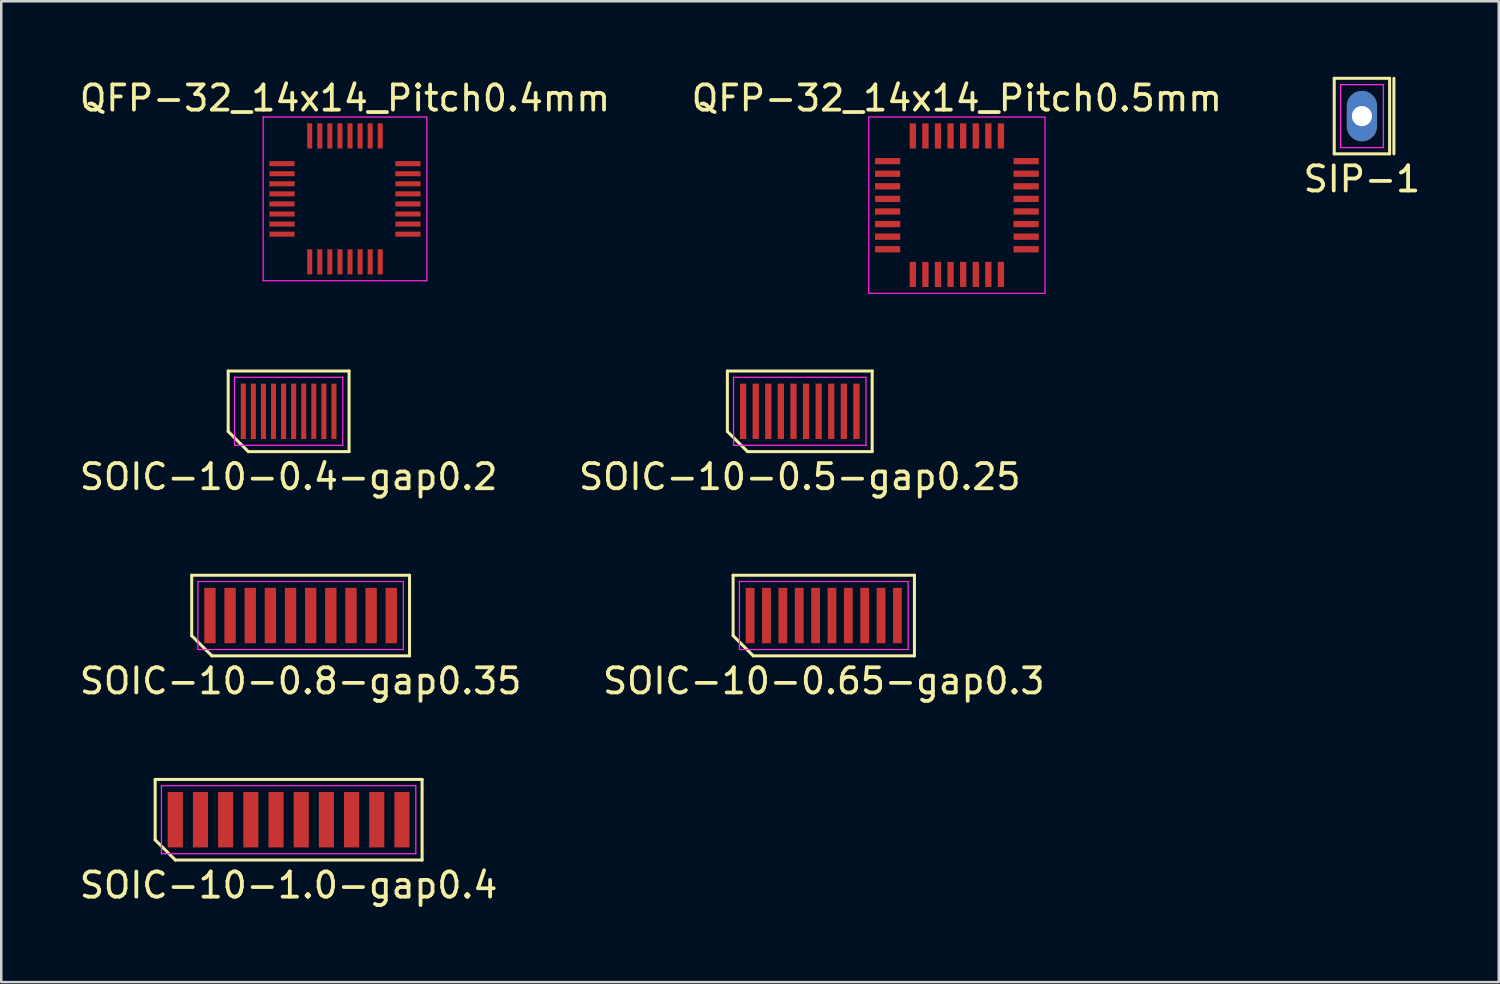
<source format=kicad_pcb>
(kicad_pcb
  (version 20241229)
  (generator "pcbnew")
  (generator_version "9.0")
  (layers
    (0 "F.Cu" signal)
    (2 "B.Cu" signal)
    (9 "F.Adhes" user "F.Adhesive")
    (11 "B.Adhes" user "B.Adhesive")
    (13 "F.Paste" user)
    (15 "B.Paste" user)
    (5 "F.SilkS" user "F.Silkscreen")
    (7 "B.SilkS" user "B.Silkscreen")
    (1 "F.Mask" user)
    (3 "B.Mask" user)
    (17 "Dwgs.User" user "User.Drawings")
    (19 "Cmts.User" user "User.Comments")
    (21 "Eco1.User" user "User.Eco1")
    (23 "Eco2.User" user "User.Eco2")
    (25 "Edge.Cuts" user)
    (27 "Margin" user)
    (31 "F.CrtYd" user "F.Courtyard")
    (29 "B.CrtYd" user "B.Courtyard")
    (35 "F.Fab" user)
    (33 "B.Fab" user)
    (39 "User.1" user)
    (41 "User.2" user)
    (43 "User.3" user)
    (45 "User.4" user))
  (footprint "SOIC-10-0.8-gap0.35"
    (layer "F.Cu")
    (at 8.887 21.392)
    (property "Reference" "SOIC-10-0.8-gap0.35" (at 0 2.6 0) (layer "F.SilkS") (effects (font (size 1 1) (thickness 0.15))))
    (attr smd)
    (fp_line (start -4.325 -1.6) (end 4.325 -1.6) (stroke (width 0.12) (type solid)) (layer "F.SilkS"))
    (fp_line (start -4.325 0.8) (end -4.325 -1.6) (stroke (width 0.12) (type solid)) (layer "F.SilkS"))
    (fp_line (start -3.525 1.6) (end -4.325 0.8) (stroke (width 0.12) (type solid)) (layer "F.SilkS"))
    (fp_line (start 4.325 -1.6) (end 4.325 1.6) (stroke (width 0.12) (type solid)) (layer "F.SilkS"))
    (fp_line (start 4.325 1.6) (end -3.525 1.6) (stroke (width 0.12) (type solid)) (layer "F.SilkS"))
    (fp_line (start -4.08 -1.35) (end 4.08 -1.35) (stroke (width 0.05) (type solid)) (layer "F.CrtYd"))
    (fp_line (start -4.08 1.35) (end -4.08 -1.35) (stroke (width 0.05) (type solid)) (layer "F.CrtYd"))
    (fp_line (start 4.08 -1.35) (end 4.08 1.35) (stroke (width 0.05) (type solid)) (layer "F.CrtYd"))
    (fp_line (start 4.08 1.35) (end -4.08 1.35) (stroke (width 0.05) (type solid)) (layer "F.CrtYd"))
    (pad "1" smd rect (at -3.6 0) (size 0.45 2.2) (layers "F.Cu" "F.Mask" "F.Paste"))
    (pad "2" smd rect (at -2.8 0) (size 0.45 2.2) (layers "F.Cu" "F.Mask" "F.Paste"))
    (pad "3" smd rect (at -2 0) (size 0.45 2.2) (layers "F.Cu" "F.Mask" "F.Paste"))
    (pad "4" smd rect (at -1.2 0) (size 0.45 2.2) (layers "F.Cu" "F.Mask" "F.Paste"))
    (pad "5" smd rect (at -0.4 0) (size 0.45 2.2) (layers "F.Cu" "F.Mask" "F.Paste"))
    (pad "6" smd rect (at 0.4 0) (size 0.45 2.2) (layers "F.Cu" "F.Mask" "F.Paste"))
    (pad "7" smd rect (at 1.2 0) (size 0.45 2.2) (layers "F.Cu" "F.Mask" "F.Paste"))
    (pad "8" smd rect (at 2 0) (size 0.45 2.2) (layers "F.Cu" "F.Mask" "F.Paste"))
    (pad "9" smd rect (at 2.8 0) (size 0.45 2.2) (layers "F.Cu" "F.Mask" "F.Paste"))
    (pad "10" smd rect (at 3.6 0) (size 0.45 2.2) (layers "F.Cu" "F.Mask" "F.Paste")))
  (footprint "SOIC-10-0.5-gap0.25"
    (layer "F.Cu")
    (at 28.708 13.283)
    (property "Reference" "SOIC-10-0.5-gap0.25" (at 0 2.6 0) (layer "F.SilkS") (effects (font (size 1 1) (thickness 0.15))))
    (attr smd)
    (fp_line (start -2.875 -1.6) (end 2.875 -1.6) (stroke (width 0.12) (type solid)) (layer "F.SilkS"))
    (fp_line (start -2.875 0.8) (end -2.875 -1.6) (stroke (width 0.12) (type solid)) (layer "F.SilkS"))
    (fp_line (start -2.075 1.6) (end -2.875 0.8) (stroke (width 0.12) (type solid)) (layer "F.SilkS"))
    (fp_line (start 2.875 -1.6) (end 2.875 1.6) (stroke (width 0.12) (type solid)) (layer "F.SilkS"))
    (fp_line (start 2.875 1.6) (end -2.075 1.6) (stroke (width 0.12) (type solid)) (layer "F.SilkS"))
    (fp_line (start -2.63 -1.35) (end 2.63 -1.35) (stroke (width 0.05) (type solid)) (layer "F.CrtYd"))
    (fp_line (start -2.63 1.35) (end -2.63 -1.35) (stroke (width 0.05) (type solid)) (layer "F.CrtYd"))
    (fp_line (start 2.63 -1.35) (end 2.63 1.35) (stroke (width 0.05) (type solid)) (layer "F.CrtYd"))
    (fp_line (start 2.63 1.35) (end -2.63 1.35) (stroke (width 0.05) (type solid)) (layer "F.CrtYd"))
    (pad "1" smd rect (at -2.25 0) (size 0.25 2.2) (layers "F.Cu" "F.Mask" "F.Paste"))
    (pad "2" smd rect (at -1.75 0) (size 0.25 2.2) (layers "F.Cu" "F.Mask" "F.Paste"))
    (pad "3" smd rect (at -1.25 0) (size 0.25 2.2) (layers "F.Cu" "F.Mask" "F.Paste"))
    (pad "4" smd rect (at -0.75 0) (size 0.25 2.2) (layers "F.Cu" "F.Mask" "F.Paste"))
    (pad "5" smd rect (at -0.25 0) (size 0.25 2.2) (layers "F.Cu" "F.Mask" "F.Paste"))
    (pad "6" smd rect (at 0.25 0) (size 0.25 2.2) (layers "F.Cu" "F.Mask" "F.Paste"))
    (pad "7" smd rect (at 0.75 0) (size 0.25 2.2) (layers "F.Cu" "F.Mask" "F.Paste"))
    (pad "8" smd rect (at 1.25 0) (size 0.25 2.2) (layers "F.Cu" "F.Mask" "F.Paste"))
    (pad "9" smd rect (at 1.75 0) (size 0.25 2.2) (layers "F.Cu" "F.Mask" "F.Paste"))
    (pad "10" smd rect (at 2.25 0) (size 0.25 2.2) (layers "F.Cu" "F.Mask" "F.Paste")))
  (footprint "QFP-32_14x14_Pitch0.5mm"
    (layer "F.Cu")
    (at 34.946 5.098)
    (property "Reference" "QFP-32_14x14_Pitch0.5mm" (at 0 -4.25 0) (layer "F.SilkS") (effects (font (size 1 1) (thickness 0.15))))
    (attr smd)
    (fp_line (start -3.5 -3.5) (end 3.5 -3.5) (stroke (width 0.05) (type solid)) (layer "F.CrtYd"))
    (fp_line (start -3.5 3.5) (end -3.5 -3.5) (stroke (width 0.05) (type solid)) (layer "F.CrtYd"))
    (fp_line (start 3.5 -3.5) (end 3.5 3.5) (stroke (width 0.05) (type solid)) (layer "F.CrtYd"))
    (fp_line (start 3.5 3.5) (end -3.5 3.5) (stroke (width 0.05) (type solid)) (layer "F.CrtYd"))
    (pad "1" smd rect (at -2.75 -1.75 90) (size 0.25 1) (layers "F.Cu" "F.Mask" "F.Paste"))
    (pad "2" smd rect (at -2.75 -1.25 90) (size 0.25 1) (layers "F.Cu" "F.Mask" "F.Paste"))
    (pad "3" smd rect (at -2.75 -0.75 90) (size 0.25 1) (layers "F.Cu" "F.Mask" "F.Paste"))
    (pad "4" smd rect (at -2.75 -0.25 90) (size 0.25 1) (layers "F.Cu" "F.Mask" "F.Paste"))
    (pad "5" smd rect (at -2.75 0.25 90) (size 0.25 1) (layers "F.Cu" "F.Mask" "F.Paste"))
    (pad "6" smd rect (at -2.75 0.75 90) (size 0.25 1) (layers "F.Cu" "F.Mask" "F.Paste"))
    (pad "7" smd rect (at -2.75 1.25 90) (size 0.25 1) (layers "F.Cu" "F.Mask" "F.Paste"))
    (pad "8" smd rect (at -2.75 1.75 90) (size 0.25 1) (layers "F.Cu" "F.Mask" "F.Paste"))
    (pad "9" smd rect (at -1.75 2.75) (size 0.25 1) (layers "F.Cu" "F.Mask" "F.Paste"))
    (pad "10" smd rect (at -1.25 2.75) (size 0.25 1) (layers "F.Cu" "F.Mask" "F.Paste"))
    (pad "11" smd rect (at -0.75 2.75) (size 0.25 1) (layers "F.Cu" "F.Mask" "F.Paste"))
    (pad "12" smd rect (at -0.25 2.75) (size 0.25 1) (layers "F.Cu" "F.Mask" "F.Paste"))
    (pad "13" smd rect (at 0.25 2.75) (size 0.25 1) (layers "F.Cu" "F.Mask" "F.Paste"))
    (pad "14" smd rect (at 0.75 2.75) (size 0.25 1) (layers "F.Cu" "F.Mask" "F.Paste"))
    (pad "15" smd rect (at 1.25 2.75) (size 0.25 1) (layers "F.Cu" "F.Mask" "F.Paste"))
    (pad "16" smd rect (at 1.75 2.75) (size 0.25 1) (layers "F.Cu" "F.Mask" "F.Paste"))
    (pad "17" smd rect (at 2.75 1.75 90) (size 0.25 1) (layers "F.Cu" "F.Mask" "F.Paste"))
    (pad "18" smd rect (at 2.75 1.25 90) (size 0.25 1) (layers "F.Cu" "F.Mask" "F.Paste"))
    (pad "19" smd rect (at 2.75 0.75 90) (size 0.25 1) (layers "F.Cu" "F.Mask" "F.Paste"))
    (pad "20" smd rect (at 2.75 0.25 90) (size 0.25 1) (layers "F.Cu" "F.Mask" "F.Paste"))
    (pad "21" smd rect (at 2.75 -0.25 90) (size 0.25 1) (layers "F.Cu" "F.Mask" "F.Paste"))
    (pad "22" smd rect (at 2.75 -0.75 90) (size 0.25 1) (layers "F.Cu" "F.Mask" "F.Paste"))
    (pad "23" smd rect (at 2.75 -1.25 90) (size 0.25 1) (layers "F.Cu" "F.Mask" "F.Paste"))
    (pad "24" smd rect (at 2.75 -1.75 90) (size 0.25 1) (layers "F.Cu" "F.Mask" "F.Paste"))
    (pad "25" smd rect (at 1.75 -2.75) (size 0.25 1) (layers "F.Cu" "F.Mask" "F.Paste"))
    (pad "26" smd rect (at 1.25 -2.75) (size 0.25 1) (layers "F.Cu" "F.Mask" "F.Paste"))
    (pad "27" smd rect (at 0.75 -2.75) (size 0.25 1) (layers "F.Cu" "F.Mask" "F.Paste"))
    (pad "28" smd rect (at 0.25 -2.75) (size 0.25 1) (layers "F.Cu" "F.Mask" "F.Paste"))
    (pad "29" smd rect (at -0.25 -2.75) (size 0.25 1) (layers "F.Cu" "F.Mask" "F.Paste"))
    (pad "30" smd rect (at -0.75 -2.75) (size 0.25 1) (layers "F.Cu" "F.Mask" "F.Paste"))
    (pad "31" smd rect (at -1.25 -2.75) (size 0.25 1) (layers "F.Cu" "F.Mask" "F.Paste"))
    (pad "32" smd rect (at -1.75 -2.75) (size 0.25 1) (layers "F.Cu" "F.Mask" "F.Paste")))
  (footprint "QFP-32_14x14_Pitch0.4mm"
    (layer "F.Cu")
    (at 10.649 4.848)
    (property "Reference" "QFP-32_14x14_Pitch0.4mm" (at 0 -4 0) (layer "F.SilkS") (effects (font (size 1 1) (thickness 0.15))))
    (attr smd)
    (fp_line (start -3.25 -3.25) (end 3.25 -3.25) (stroke (width 0.05) (type solid)) (layer "F.CrtYd"))
    (fp_line (start -3.25 3.25) (end -3.25 -3.25) (stroke (width 0.05) (type solid)) (layer "F.CrtYd"))
    (fp_line (start 3.25 -3.25) (end 3.25 3.25) (stroke (width 0.05) (type solid)) (layer "F.CrtYd"))
    (fp_line (start 3.25 3.25) (end -3.25 3.25) (stroke (width 0.05) (type solid)) (layer "F.CrtYd"))
    (pad "1" smd rect (at -2.5 -1.4 90) (size 0.2 1) (layers "F.Cu" "F.Mask" "F.Paste"))
    (pad "2" smd rect (at -2.5 -1 90) (size 0.2 1) (layers "F.Cu" "F.Mask" "F.Paste"))
    (pad "3" smd rect (at -2.5 -0.6 90) (size 0.2 1) (layers "F.Cu" "F.Mask" "F.Paste"))
    (pad "4" smd rect (at -2.5 -0.2 90) (size 0.2 1) (layers "F.Cu" "F.Mask" "F.Paste"))
    (pad "5" smd rect (at -2.5 0.2 90) (size 0.2 1) (layers "F.Cu" "F.Mask" "F.Paste"))
    (pad "6" smd rect (at -2.5 0.6 90) (size 0.2 1) (layers "F.Cu" "F.Mask" "F.Paste"))
    (pad "7" smd rect (at -2.5 1 90) (size 0.2 1) (layers "F.Cu" "F.Mask" "F.Paste"))
    (pad "8" smd rect (at -2.5 1.4 90) (size 0.2 1) (layers "F.Cu" "F.Mask" "F.Paste"))
    (pad "9" smd rect (at -1.4 2.5) (size 0.2 1) (layers "F.Cu" "F.Mask" "F.Paste"))
    (pad "10" smd rect (at -1 2.5) (size 0.2 1) (layers "F.Cu" "F.Mask" "F.Paste"))
    (pad "11" smd rect (at -0.6 2.5) (size 0.2 1) (layers "F.Cu" "F.Mask" "F.Paste"))
    (pad "12" smd rect (at -0.2 2.5) (size 0.2 1) (layers "F.Cu" "F.Mask" "F.Paste"))
    (pad "13" smd rect (at 0.2 2.5) (size 0.2 1) (layers "F.Cu" "F.Mask" "F.Paste"))
    (pad "14" smd rect (at 0.6 2.5) (size 0.2 1) (layers "F.Cu" "F.Mask" "F.Paste"))
    (pad "15" smd rect (at 1 2.5) (size 0.2 1) (layers "F.Cu" "F.Mask" "F.Paste"))
    (pad "16" smd rect (at 1.4 2.5) (size 0.2 1) (layers "F.Cu" "F.Mask" "F.Paste"))
    (pad "17" smd rect (at 2.5 1.4 90) (size 0.2 1) (layers "F.Cu" "F.Mask" "F.Paste"))
    (pad "18" smd rect (at 2.5 1 90) (size 0.2 1) (layers "F.Cu" "F.Mask" "F.Paste"))
    (pad "19" smd rect (at 2.5 0.6 90) (size 0.2 1) (layers "F.Cu" "F.Mask" "F.Paste"))
    (pad "20" smd rect (at 2.5 0.2 90) (size 0.2 1) (layers "F.Cu" "F.Mask" "F.Paste"))
    (pad "21" smd rect (at 2.5 -0.2 90) (size 0.2 1) (layers "F.Cu" "F.Mask" "F.Paste"))
    (pad "22" smd rect (at 2.5 -0.6 90) (size 0.2 1) (layers "F.Cu" "F.Mask" "F.Paste"))
    (pad "23" smd rect (at 2.5 -1 90) (size 0.2 1) (layers "F.Cu" "F.Mask" "F.Paste"))
    (pad "24" smd rect (at 2.5 -1.4 90) (size 0.2 1) (layers "F.Cu" "F.Mask" "F.Paste"))
    (pad "25" smd rect (at 1.4 -2.5) (size 0.2 1) (layers "F.Cu" "F.Mask" "F.Paste"))
    (pad "26" smd rect (at 1 -2.5) (size 0.2 1) (layers "F.Cu" "F.Mask" "F.Paste"))
    (pad "27" smd rect (at 0.6 -2.5) (size 0.2 1) (layers "F.Cu" "F.Mask" "F.Paste"))
    (pad "28" smd rect (at 0.2 -2.5) (size 0.2 1) (layers "F.Cu" "F.Mask" "F.Paste"))
    (pad "29" smd rect (at -0.2 -2.5) (size 0.2 1) (layers "F.Cu" "F.Mask" "F.Paste"))
    (pad "30" smd rect (at -0.6 -2.5) (size 0.2 1) (layers "F.Cu" "F.Mask" "F.Paste"))
    (pad "31" smd rect (at -1 -2.5) (size 0.2 1) (layers "F.Cu" "F.Mask" "F.Paste"))
    (pad "32" smd rect (at -1.4 -2.5) (size 0.2 1) (layers "F.Cu" "F.Mask" "F.Paste")))
  (footprint "SOIC-10-0.65-gap0.3"
    (layer "F.Cu")
    (at 29.661 21.392)
    (property "Reference" "SOIC-10-0.65-gap0.3" (at 0 2.6 0) (layer "F.SilkS") (effects (font (size 1 1) (thickness 0.15))))
    (attr smd)
    (fp_line (start -3.6 -1.6) (end 3.6 -1.6) (stroke (width 0.12) (type solid)) (layer "F.SilkS"))
    (fp_line (start -3.6 0.8) (end -3.6 -1.6) (stroke (width 0.12) (type solid)) (layer "F.SilkS"))
    (fp_line (start -2.8 1.6) (end -3.6 0.8) (stroke (width 0.12) (type solid)) (layer "F.SilkS"))
    (fp_line (start 3.6 -1.6) (end 3.6 1.6) (stroke (width 0.12) (type solid)) (layer "F.SilkS"))
    (fp_line (start 3.6 1.6) (end -2.8 1.6) (stroke (width 0.12) (type solid)) (layer "F.SilkS"))
    (fp_line (start -3.35 -1.35) (end 3.35 -1.35) (stroke (width 0.05) (type solid)) (layer "F.CrtYd"))
    (fp_line (start -3.35 1.35) (end -3.35 -1.35) (stroke (width 0.05) (type solid)) (layer "F.CrtYd"))
    (fp_line (start 3.35 -1.35) (end 3.35 1.35) (stroke (width 0.05) (type solid)) (layer "F.CrtYd"))
    (fp_line (start 3.35 1.35) (end -3.35 1.35) (stroke (width 0.05) (type solid)) (layer "F.CrtYd"))
    (pad "1" smd rect (at -2.925 0) (size 0.35 2.2) (layers "F.Cu" "F.Mask" "F.Paste"))
    (pad "2" smd rect (at -2.275 0) (size 0.35 2.2) (layers "F.Cu" "F.Mask" "F.Paste"))
    (pad "3" smd rect (at -1.625 0) (size 0.35 2.2) (layers "F.Cu" "F.Mask" "F.Paste"))
    (pad "4" smd rect (at -0.975 0) (size 0.35 2.2) (layers "F.Cu" "F.Mask" "F.Paste"))
    (pad "5" smd rect (at -0.325 0) (size 0.35 2.2) (layers "F.Cu" "F.Mask" "F.Paste"))
    (pad "6" smd rect (at 0.325 0) (size 0.35 2.2) (layers "F.Cu" "F.Mask" "F.Paste"))
    (pad "7" smd rect (at 0.975 0) (size 0.35 2.2) (layers "F.Cu" "F.Mask" "F.Paste"))
    (pad "8" smd rect (at 1.625 0) (size 0.35 2.2) (layers "F.Cu" "F.Mask" "F.Paste"))
    (pad "9" smd rect (at 2.275 0) (size 0.35 2.2) (layers "F.Cu" "F.Mask" "F.Paste"))
    (pad "10" smd rect (at 2.925 0) (size 0.35 2.2) (layers "F.Cu" "F.Mask" "F.Paste")))
  (footprint "SOIC-10-0.4-gap0.2"
    (layer "F.Cu")
    (at 8.411 13.283)
    (property "Reference" "SOIC-10-0.4-gap0.2" (at 0 2.6 0) (layer "F.SilkS") (effects (font (size 1 1) (thickness 0.15))))
    (attr smd)
    (fp_line (start -2.4 -1.6) (end 2.4 -1.6) (stroke (width 0.12) (type solid)) (layer "F.SilkS"))
    (fp_line (start -2.4 0.8) (end -2.4 -1.6) (stroke (width 0.12) (type solid)) (layer "F.SilkS"))
    (fp_line (start -1.6 1.6) (end -2.4 0.8) (stroke (width 0.12) (type solid)) (layer "F.SilkS"))
    (fp_line (start 2.4 -1.6) (end 2.4 1.6) (stroke (width 0.12) (type solid)) (layer "F.SilkS"))
    (fp_line (start 2.4 1.6) (end -1.6 1.6) (stroke (width 0.12) (type solid)) (layer "F.SilkS"))
    (fp_line (start -2.15 -1.35) (end 2.15 -1.35) (stroke (width 0.05) (type solid)) (layer "F.CrtYd"))
    (fp_line (start -2.15 1.35) (end -2.15 -1.35) (stroke (width 0.05) (type solid)) (layer "F.CrtYd"))
    (fp_line (start 2.15 -1.35) (end 2.15 1.35) (stroke (width 0.05) (type solid)) (layer "F.CrtYd"))
    (fp_line (start 2.15 1.35) (end -2.15 1.35) (stroke (width 0.05) (type solid)) (layer "F.CrtYd"))
    (pad "1" smd rect (at -1.8 0) (size 0.2 2.2) (layers "F.Cu" "F.Mask" "F.Paste"))
    (pad "2" smd rect (at -1.4 0) (size 0.2 2.2) (layers "F.Cu" "F.Mask" "F.Paste"))
    (pad "3" smd rect (at -1 0) (size 0.2 2.2) (layers "F.Cu" "F.Mask" "F.Paste"))
    (pad "4" smd rect (at -0.6 0) (size 0.2 2.2) (layers "F.Cu" "F.Mask" "F.Paste"))
    (pad "5" smd rect (at -0.2 0) (size 0.2 2.2) (layers "F.Cu" "F.Mask" "F.Paste"))
    (pad "6" smd rect (at 0.2 0) (size 0.2 2.2) (layers "F.Cu" "F.Mask" "F.Paste"))
    (pad "7" smd rect (at 0.6 0) (size 0.2 2.2) (layers "F.Cu" "F.Mask" "F.Paste"))
    (pad "8" smd rect (at 1 0) (size 0.2 2.2) (layers "F.Cu" "F.Mask" "F.Paste"))
    (pad "9" smd rect (at 1.4 0) (size 0.2 2.2) (layers "F.Cu" "F.Mask" "F.Paste"))
    (pad "10" smd rect (at 1.8 0) (size 0.2 2.2) (layers "F.Cu" "F.Mask" "F.Paste")))
  (footprint "SIP-1"
    (layer "F.Cu")
    (at 51.03 1.56)
    (property "Reference" "SIP-1" (at 0 2.5 0) (layer "F.SilkS") (effects (font (size 1 1) (thickness 0.15))))
    (attr through_hole)
    (fp_line (start -1.1 -1.5) (end 1.1 -1.5) (stroke (width 0.12) (type solid)) (layer "F.SilkS"))
    (fp_line (start -1.1 1.5) (end -1.1 -1.5) (stroke (width 0.12) (type solid)) (layer "F.SilkS"))
    (fp_line (start 1.1 -1.5) (end 1.1 1.5) (stroke (width 0.12) (type solid)) (layer "F.SilkS"))
    (fp_line (start 1.1 1.5) (end -1.1 1.5) (stroke (width 0.12) (type solid)) (layer "F.SilkS"))
    (fp_line (start 1.27 -1.5) (end 1.27 1.5) (stroke (width 0.12) (type solid)) (layer "F.SilkS"))
    (fp_line (start -0.85 -1.25) (end 0.85 -1.25) (stroke (width 0.05) (type solid)) (layer "F.CrtYd"))
    (fp_line (start -0.85 1.25) (end -0.85 -1.25) (stroke (width 0.05) (type solid)) (layer "F.CrtYd"))
    (fp_line (start 0.85 -1.25) (end 0.85 1.25) (stroke (width 0.05) (type solid)) (layer "F.CrtYd"))
    (fp_line (start 0.85 1.25) (end -0.85 1.25) (stroke (width 0.05) (type solid)) (layer "F.CrtYd"))
    (pad "1" thru_hole oval (at 0 0) (size 1.2 2) (drill 0.8) (layers "*.Cu" "*.Mask")))
  (footprint "SOIC-10-1.0-gap0.4"
    (layer "F.Cu")
    (at 8.411 29.5)
    (property "Reference" "SOIC-10-1.0-gap0.4" (at 0 2.6 0) (layer "F.SilkS") (effects (font (size 1 1) (thickness 0.15))))
    (attr smd)
    (fp_line (start -5.3 -1.6) (end 5.3 -1.6) (stroke (width 0.12) (type solid)) (layer "F.SilkS"))
    (fp_line (start -5.3 0.8) (end -5.3 -1.6) (stroke (width 0.12) (type solid)) (layer "F.SilkS"))
    (fp_line (start -4.5 1.6) (end -5.3 0.8) (stroke (width 0.12) (type solid)) (layer "F.SilkS"))
    (fp_line (start 5.3 -1.6) (end 5.3 1.6) (stroke (width 0.12) (type solid)) (layer "F.SilkS"))
    (fp_line (start 5.3 1.6) (end -4.5 1.6) (stroke (width 0.12) (type solid)) (layer "F.SilkS"))
    (fp_line (start -5.05 -1.35) (end 5.05 -1.35) (stroke (width 0.05) (type solid)) (layer "F.CrtYd"))
    (fp_line (start -5.05 1.35) (end -5.05 -1.35) (stroke (width 0.05) (type solid)) (layer "F.CrtYd"))
    (fp_line (start 5.05 -1.35) (end 5.05 1.35) (stroke (width 0.05) (type solid)) (layer "F.CrtYd"))
    (fp_line (start 5.05 1.35) (end -5.05 1.35) (stroke (width 0.05) (type solid)) (layer "F.CrtYd"))
    (pad "1" smd rect (at -4.5 0) (size 0.6 2.2) (layers "F.Cu" "F.Mask" "F.Paste"))
    (pad "2" smd rect (at -3.5 0) (size 0.6 2.2) (layers "F.Cu" "F.Mask" "F.Paste"))
    (pad "3" smd rect (at -2.5 0) (size 0.6 2.2) (layers "F.Cu" "F.Mask" "F.Paste"))
    (pad "4" smd rect (at -1.5 0) (size 0.6 2.2) (layers "F.Cu" "F.Mask" "F.Paste"))
    (pad "5" smd rect (at -0.5 0) (size 0.6 2.2) (layers "F.Cu" "F.Mask" "F.Paste"))
    (pad "6" smd rect (at 0.5 0) (size 0.6 2.2) (layers "F.Cu" "F.Mask" "F.Paste"))
    (pad "7" smd rect (at 1.5 0) (size 0.6 2.2) (layers "F.Cu" "F.Mask" "F.Paste"))
    (pad "8" smd rect (at 2.5 0) (size 0.6 2.2) (layers "F.Cu" "F.Mask" "F.Paste"))
    (pad "9" smd rect (at 3.5 0) (size 0.6 2.2) (layers "F.Cu" "F.Mask" "F.Paste"))
    (pad "10" smd rect (at 4.5 0) (size 0.6 2.2) (layers "F.Cu" "F.Mask" "F.Paste")))
  (gr_rect
    (start -3 -3)
    (end 56.464 35.948)
    (stroke (width 0.1) (type default))
    (fill no)
    (layer "Edge.Cuts")))
</source>
